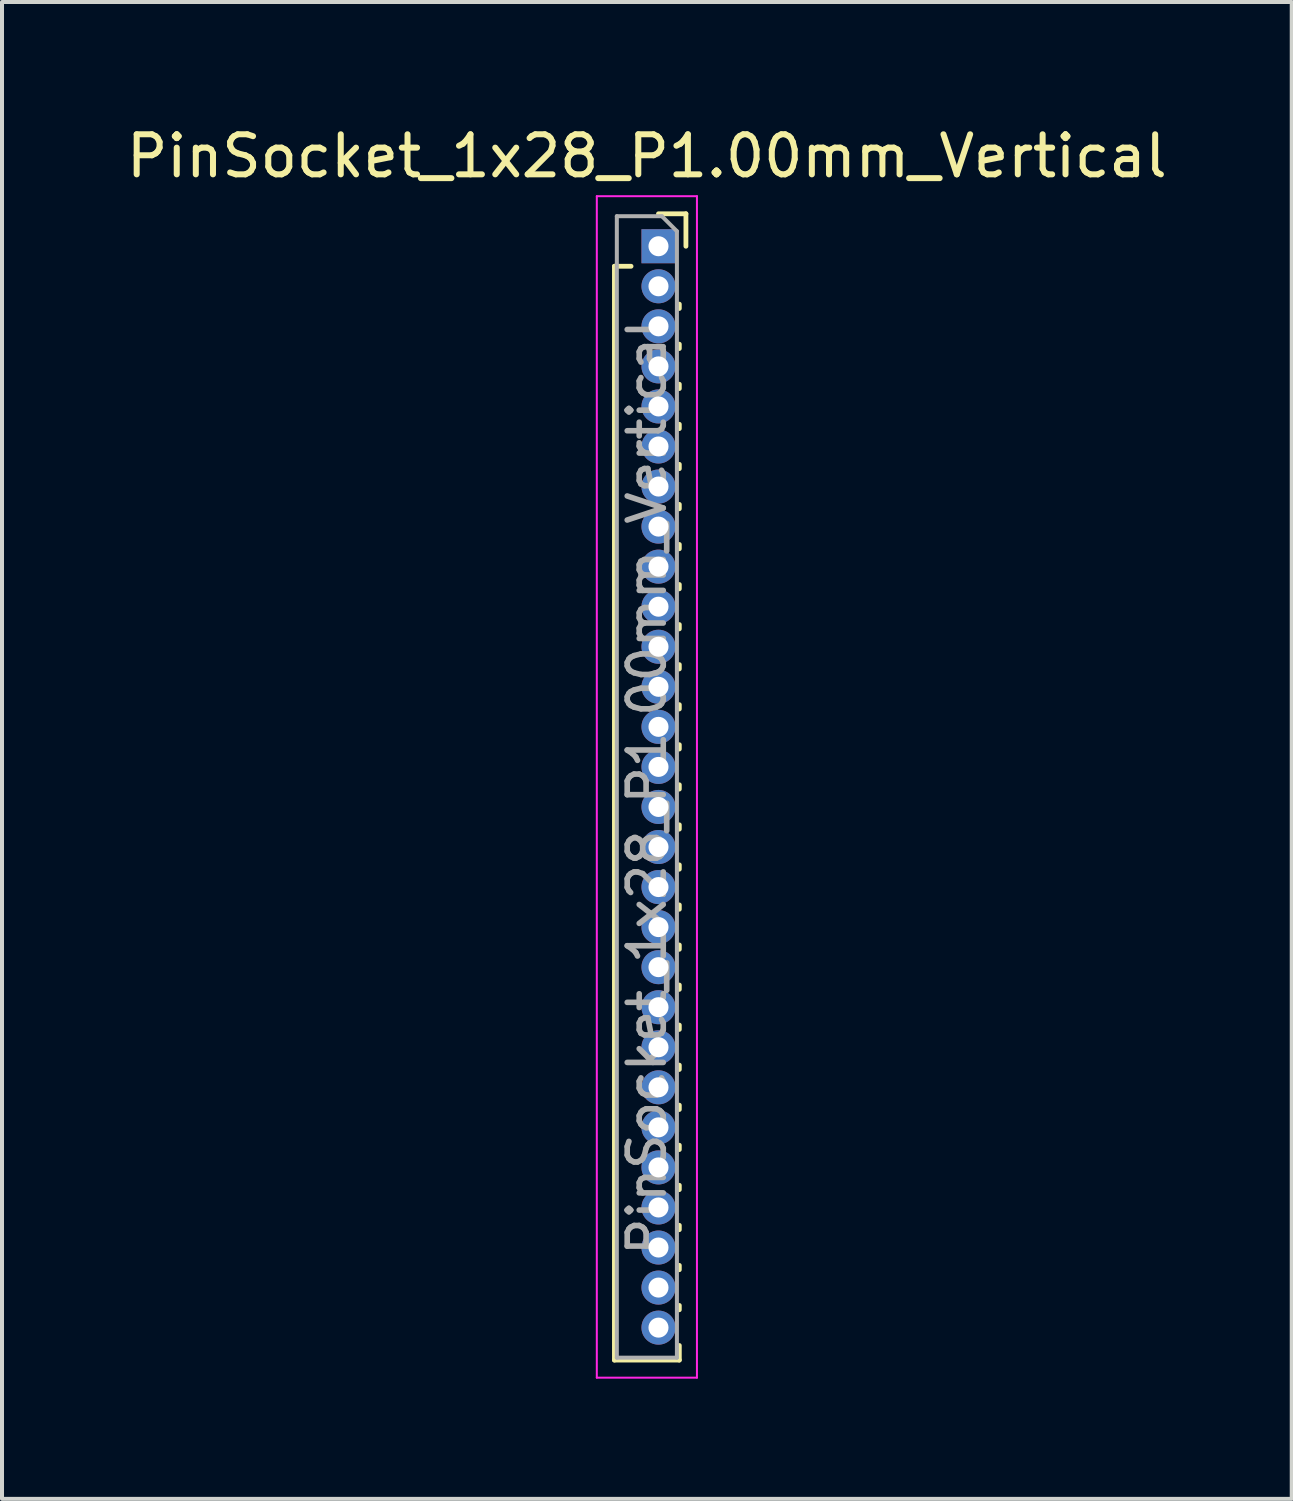
<source format=kicad_pcb>
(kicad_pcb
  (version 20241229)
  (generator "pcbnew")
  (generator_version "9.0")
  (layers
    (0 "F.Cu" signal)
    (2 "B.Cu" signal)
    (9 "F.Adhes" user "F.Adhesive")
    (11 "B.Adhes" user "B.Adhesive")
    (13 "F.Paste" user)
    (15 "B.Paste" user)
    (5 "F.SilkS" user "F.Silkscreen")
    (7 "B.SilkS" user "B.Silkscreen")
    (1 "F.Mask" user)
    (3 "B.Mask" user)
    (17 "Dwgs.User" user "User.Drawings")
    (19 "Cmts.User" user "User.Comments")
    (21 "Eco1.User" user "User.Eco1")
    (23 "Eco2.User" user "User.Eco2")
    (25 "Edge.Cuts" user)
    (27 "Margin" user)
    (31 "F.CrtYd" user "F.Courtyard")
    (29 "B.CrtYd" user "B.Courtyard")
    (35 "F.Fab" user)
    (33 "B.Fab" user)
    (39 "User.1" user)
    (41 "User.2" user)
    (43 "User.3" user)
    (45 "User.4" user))
  (footprint "PinSocket_1x28_P1.00mm_Vertical"
    (layer "F.Cu")
    (at 13.391 3.098)
    (property "Reference" "PinSocket_1x28_P1.00mm_Vertical" (at -0.29 -2.25 0) (layer "F.SilkS") (effects (font (size 1 1) (thickness 0.15))))
    (attr through_hole)
    (fp_line (start -1.1 0.5) (end -1.1 27.81) (stroke (width 0.12) (type solid)) (layer "F.SilkS"))
    (fp_line (start -1.1 0.5) (end -0.685 0.5) (stroke (width 0.12) (type solid)) (layer "F.SilkS"))
    (fp_line (start -1.1 27.81) (end 0.52 27.81) (stroke (width 0.12) (type solid)) (layer "F.SilkS"))
    (fp_line (start 0 -0.81) (end 0.685 -0.81) (stroke (width 0.12) (type solid)) (layer "F.SilkS"))
    (fp_line (start 0.52 1.446) (end 0.52 1.554) (stroke (width 0.12) (type solid)) (layer "F.SilkS"))
    (fp_line (start 0.52 2.446) (end 0.52 2.554) (stroke (width 0.12) (type solid)) (layer "F.SilkS"))
    (fp_line (start 0.52 3.446) (end 0.52 3.554) (stroke (width 0.12) (type solid)) (layer "F.SilkS"))
    (fp_line (start 0.52 4.446) (end 0.52 4.554) (stroke (width 0.12) (type solid)) (layer "F.SilkS"))
    (fp_line (start 0.52 5.446) (end 0.52 5.554) (stroke (width 0.12) (type solid)) (layer "F.SilkS"))
    (fp_line (start 0.52 6.446) (end 0.52 6.554) (stroke (width 0.12) (type solid)) (layer "F.SilkS"))
    (fp_line (start 0.52 7.446) (end 0.52 7.554) (stroke (width 0.12) (type solid)) (layer "F.SilkS"))
    (fp_line (start 0.52 8.446) (end 0.52 8.554) (stroke (width 0.12) (type solid)) (layer "F.SilkS"))
    (fp_line (start 0.52 9.446) (end 0.52 9.554) (stroke (width 0.12) (type solid)) (layer "F.SilkS"))
    (fp_line (start 0.52 10.446) (end 0.52 10.554) (stroke (width 0.12) (type solid)) (layer "F.SilkS"))
    (fp_line (start 0.52 11.446) (end 0.52 11.554) (stroke (width 0.12) (type solid)) (layer "F.SilkS"))
    (fp_line (start 0.52 12.446) (end 0.52 12.554) (stroke (width 0.12) (type solid)) (layer "F.SilkS"))
    (fp_line (start 0.52 13.446) (end 0.52 13.554) (stroke (width 0.12) (type solid)) (layer "F.SilkS"))
    (fp_line (start 0.52 14.446) (end 0.52 14.554) (stroke (width 0.12) (type solid)) (layer "F.SilkS"))
    (fp_line (start 0.52 15.446) (end 0.52 15.554) (stroke (width 0.12) (type solid)) (layer "F.SilkS"))
    (fp_line (start 0.52 16.446) (end 0.52 16.554) (stroke (width 0.12) (type solid)) (layer "F.SilkS"))
    (fp_line (start 0.52 17.446) (end 0.52 17.554) (stroke (width 0.12) (type solid)) (layer "F.SilkS"))
    (fp_line (start 0.52 18.446) (end 0.52 18.554) (stroke (width 0.12) (type solid)) (layer "F.SilkS"))
    (fp_line (start 0.52 19.446) (end 0.52 19.554) (stroke (width 0.12) (type solid)) (layer "F.SilkS"))
    (fp_line (start 0.52 20.446) (end 0.52 20.554) (stroke (width 0.12) (type solid)) (layer "F.SilkS"))
    (fp_line (start 0.52 21.446) (end 0.52 21.554) (stroke (width 0.12) (type solid)) (layer "F.SilkS"))
    (fp_line (start 0.52 22.446) (end 0.52 22.554) (stroke (width 0.12) (type solid)) (layer "F.SilkS"))
    (fp_line (start 0.52 23.446) (end 0.52 23.554) (stroke (width 0.12) (type solid)) (layer "F.SilkS"))
    (fp_line (start 0.52 24.446) (end 0.52 24.554) (stroke (width 0.12) (type solid)) (layer "F.SilkS"))
    (fp_line (start 0.52 25.446) (end 0.52 25.554) (stroke (width 0.12) (type solid)) (layer "F.SilkS"))
    (fp_line (start 0.52 26.446) (end 0.52 26.554) (stroke (width 0.12) (type solid)) (layer "F.SilkS"))
    (fp_line (start 0.52 27.446) (end 0.52 27.81) (stroke (width 0.12) (type solid)) (layer "F.SilkS"))
    (fp_line (start 0.685 -0.81) (end 0.685 0) (stroke (width 0.12) (type solid)) (layer "F.SilkS"))
    (fp_line (start -1.54 -1.25) (end 0.96 -1.25) (stroke (width 0.05) (type solid)) (layer "F.CrtYd"))
    (fp_line (start -1.54 28.25) (end -1.54 -1.25) (stroke (width 0.05) (type solid)) (layer "F.CrtYd"))
    (fp_line (start 0.96 -1.25) (end 0.96 28.25) (stroke (width 0.05) (type solid)) (layer "F.CrtYd"))
    (fp_line (start 0.96 28.25) (end -1.54 28.25) (stroke (width 0.05) (type solid)) (layer "F.CrtYd"))
    (fp_line (start -1.04 -0.75) (end 0.085 -0.75) (stroke (width 0.1) (type solid)) (layer "F.Fab"))
    (fp_line (start -1.04 27.75) (end -1.04 -0.75) (stroke (width 0.1) (type solid)) (layer "F.Fab"))
    (fp_line (start 0.085 -0.75) (end 0.46 -0.375) (stroke (width 0.1) (type solid)) (layer "F.Fab"))
    (fp_line (start 0.46 -0.375) (end 0.46 27.75) (stroke (width 0.1) (type solid)) (layer "F.Fab"))
    (fp_line (start 0.46 27.75) (end -1.04 27.75) (stroke (width 0.1) (type solid)) (layer "F.Fab"))
    (fp_text user "${REFERENCE}" (at -0.29 13.5 90) (layer "F.Fab") (effects (font (size 0.9 0.9) (thickness 0.14))))
    (pad "1" thru_hole rect (at 0 0) (size 0.85 0.85) (drill 0.5) (layers "*.Cu" "*.Mask"))
    (pad "2" thru_hole oval (at 0 1) (size 0.85 0.85) (drill 0.5) (layers "*.Cu" "*.Mask"))
    (pad "3" thru_hole oval (at 0 2) (size 0.85 0.85) (drill 0.5) (layers "*.Cu" "*.Mask"))
    (pad "4" thru_hole oval (at 0 3) (size 0.85 0.85) (drill 0.5) (layers "*.Cu" "*.Mask"))
    (pad "5" thru_hole oval (at 0 4) (size 0.85 0.85) (drill 0.5) (layers "*.Cu" "*.Mask"))
    (pad "6" thru_hole oval (at 0 5) (size 0.85 0.85) (drill 0.5) (layers "*.Cu" "*.Mask"))
    (pad "7" thru_hole oval (at 0 6) (size 0.85 0.85) (drill 0.5) (layers "*.Cu" "*.Mask"))
    (pad "8" thru_hole oval (at 0 7) (size 0.85 0.85) (drill 0.5) (layers "*.Cu" "*.Mask"))
    (pad "9" thru_hole oval (at 0 8) (size 0.85 0.85) (drill 0.5) (layers "*.Cu" "*.Mask"))
    (pad "10" thru_hole oval (at 0 9) (size 0.85 0.85) (drill 0.5) (layers "*.Cu" "*.Mask"))
    (pad "11" thru_hole oval (at 0 10) (size 0.85 0.85) (drill 0.5) (layers "*.Cu" "*.Mask"))
    (pad "12" thru_hole oval (at 0 11) (size 0.85 0.85) (drill 0.5) (layers "*.Cu" "*.Mask"))
    (pad "13" thru_hole oval (at 0 12) (size 0.85 0.85) (drill 0.5) (layers "*.Cu" "*.Mask"))
    (pad "14" thru_hole oval (at 0 13) (size 0.85 0.85) (drill 0.5) (layers "*.Cu" "*.Mask"))
    (pad "15" thru_hole oval (at 0 14) (size 0.85 0.85) (drill 0.5) (layers "*.Cu" "*.Mask"))
    (pad "16" thru_hole oval (at 0 15) (size 0.85 0.85) (drill 0.5) (layers "*.Cu" "*.Mask"))
    (pad "17" thru_hole oval (at 0 16) (size 0.85 0.85) (drill 0.5) (layers "*.Cu" "*.Mask"))
    (pad "18" thru_hole oval (at 0 17) (size 0.85 0.85) (drill 0.5) (layers "*.Cu" "*.Mask"))
    (pad "19" thru_hole oval (at 0 18) (size 0.85 0.85) (drill 0.5) (layers "*.Cu" "*.Mask"))
    (pad "20" thru_hole oval (at 0 19) (size 0.85 0.85) (drill 0.5) (layers "*.Cu" "*.Mask"))
    (pad "21" thru_hole oval (at 0 20) (size 0.85 0.85) (drill 0.5) (layers "*.Cu" "*.Mask"))
    (pad "22" thru_hole oval (at 0 21) (size 0.85 0.85) (drill 0.5) (layers "*.Cu" "*.Mask"))
    (pad "23" thru_hole oval (at 0 22) (size 0.85 0.85) (drill 0.5) (layers "*.Cu" "*.Mask"))
    (pad "24" thru_hole oval (at 0 23) (size 0.85 0.85) (drill 0.5) (layers "*.Cu" "*.Mask"))
    (pad "25" thru_hole oval (at 0 24) (size 0.85 0.85) (drill 0.5) (layers "*.Cu" "*.Mask"))
    (pad "26" thru_hole oval (at 0 25) (size 0.85 0.85) (drill 0.5) (layers "*.Cu" "*.Mask"))
    (pad "27" thru_hole oval (at 0 26) (size 0.85 0.85) (drill 0.5) (layers "*.Cu" "*.Mask"))
    (pad "28" thru_hole oval (at 0 27) (size 0.85 0.85) (drill 0.5) (layers "*.Cu" "*.Mask")))
  (gr_rect
    (start -3 -3)
    (end 29.202 34.373)
    (stroke (width 0.1) (type default))
    (fill no)
    (layer "Edge.Cuts")))
</source>
